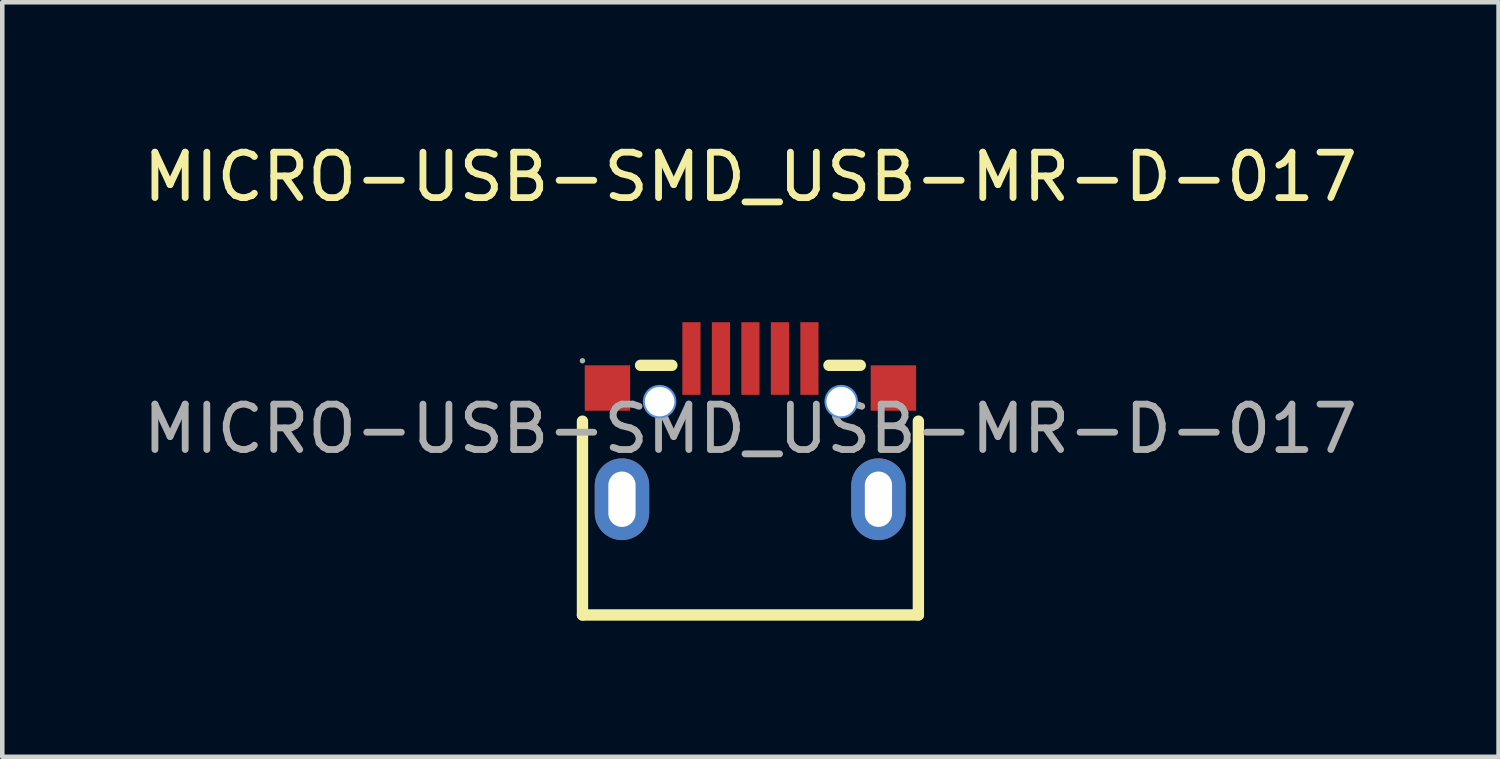
<source format=kicad_pcb>
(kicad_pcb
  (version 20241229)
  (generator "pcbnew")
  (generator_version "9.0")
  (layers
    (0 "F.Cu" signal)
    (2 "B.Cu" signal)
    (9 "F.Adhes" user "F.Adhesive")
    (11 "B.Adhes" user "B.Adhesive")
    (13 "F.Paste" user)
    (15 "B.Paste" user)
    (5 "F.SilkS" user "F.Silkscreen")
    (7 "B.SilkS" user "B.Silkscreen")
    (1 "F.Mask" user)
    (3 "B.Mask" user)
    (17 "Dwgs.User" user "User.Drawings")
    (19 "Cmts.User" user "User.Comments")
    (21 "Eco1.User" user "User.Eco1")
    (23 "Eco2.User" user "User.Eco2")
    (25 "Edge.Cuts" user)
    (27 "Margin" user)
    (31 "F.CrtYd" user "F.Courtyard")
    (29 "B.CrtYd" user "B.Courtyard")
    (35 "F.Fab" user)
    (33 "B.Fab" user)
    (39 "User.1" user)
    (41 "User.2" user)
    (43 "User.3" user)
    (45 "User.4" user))
  (footprint "MICRO-USB-SMD_USB-MR-D-017"
    (layer "F.Cu")
    (at 13.482 6.398)
    (property "Reference" "MICRO-USB-SMD_USB-MR-D-017" (at 0 -5.55 0) (layer "F.SilkS") (effects (font (size 1 1) (thickness 0.15))))
    (attr through_hole)
    (fp_line (start -3.7 -0.17) (end -3.7 4.1) (stroke (width 0.25) (type solid)) (layer "F.SilkS"))
    (fp_line (start -3.7 4.1) (end 3.7 4.1) (stroke (width 0.25) (type solid)) (layer "F.SilkS"))
    (fp_line (start -1.73 -1.4) (end -2.42 -1.4) (stroke (width 0.25) (type solid)) (layer "F.SilkS"))
    (fp_line (start 2.42 -1.4) (end 1.73 -1.4) (stroke (width 0.25) (type solid)) (layer "F.SilkS"))
    (fp_line (start 3.7 4.1) (end 3.7 -0.17) (stroke (width 0.25) (type solid)) (layer "F.SilkS"))
    (fp_circle (center -2 -0.6) (end -1.88 -0.6) (stroke (width 0.25) (type solid)) (fill no) (layer "Cmts.User"))
    (fp_circle (center 2 -0.6) (end 2.12 -0.6) (stroke (width 0.25) (type solid)) (fill no) (layer "Cmts.User"))
    (fp_circle (center -3.7 -1.5) (end -3.67 -1.5) (stroke (width 0.06) (type solid)) (fill no) (layer "F.Fab"))
    (fp_text user "${REFERENCE}" (at 0 0 0) (layer "F.Fab") (effects (font (size 1 1) (thickness 0.15))))
    (pad "" thru_hole circle (at -2 -0.6) (size 0.65 0.65) (drill 0.65) (layers "*.Cu" "*.Mask"))
    (pad "" thru_hole circle (at 2 -0.6) (size 0.65 0.65) (drill 0.65) (layers "*.Cu" "*.Mask"))
    (pad "1" smd rect (at -1.3 -1.55) (size 0.4 1.6) (layers "F.Cu" "F.Mask" "F.Paste"))
    (pad "2" smd rect (at -0.65 -1.55) (size 0.4 1.6) (layers "F.Cu" "F.Mask" "F.Paste"))
    (pad "3" smd rect (at 0 -1.55) (size 0.4 1.6) (layers "F.Cu" "F.Mask" "F.Paste"))
    (pad "4" smd rect (at 0.65 -1.55) (size 0.4 1.6) (layers "F.Cu" "F.Mask" "F.Paste"))
    (pad "5" smd rect (at 1.3 -1.55) (size 0.4 1.6) (layers "F.Cu" "F.Mask" "F.Paste"))
    (pad "6" smd rect (at -3.15 -0.9) (size 1 1) (layers "F.Cu" "F.Mask" "F.Paste"))
    (pad "7" smd rect (at 3.15 -0.9) (size 1 1) (layers "F.Cu" "F.Mask" "F.Paste"))
    (pad "8" thru_hole oval (at -2.83 1.55) (size 1.2 1.8) (drill oval 0.6 1.22) (layers "*.Cu" "*.Mask"))
    (pad "9" thru_hole oval (at 2.82 1.55) (size 1.2 1.8) (drill oval 0.6 1.22) (layers "*.Cu" "*.Mask")))
  (gr_rect
    (start -3 -3)
    (end 29.964 13.623)
    (stroke (width 0.1) (type default))
    (fill no)
    (layer "Edge.Cuts")))
</source>
